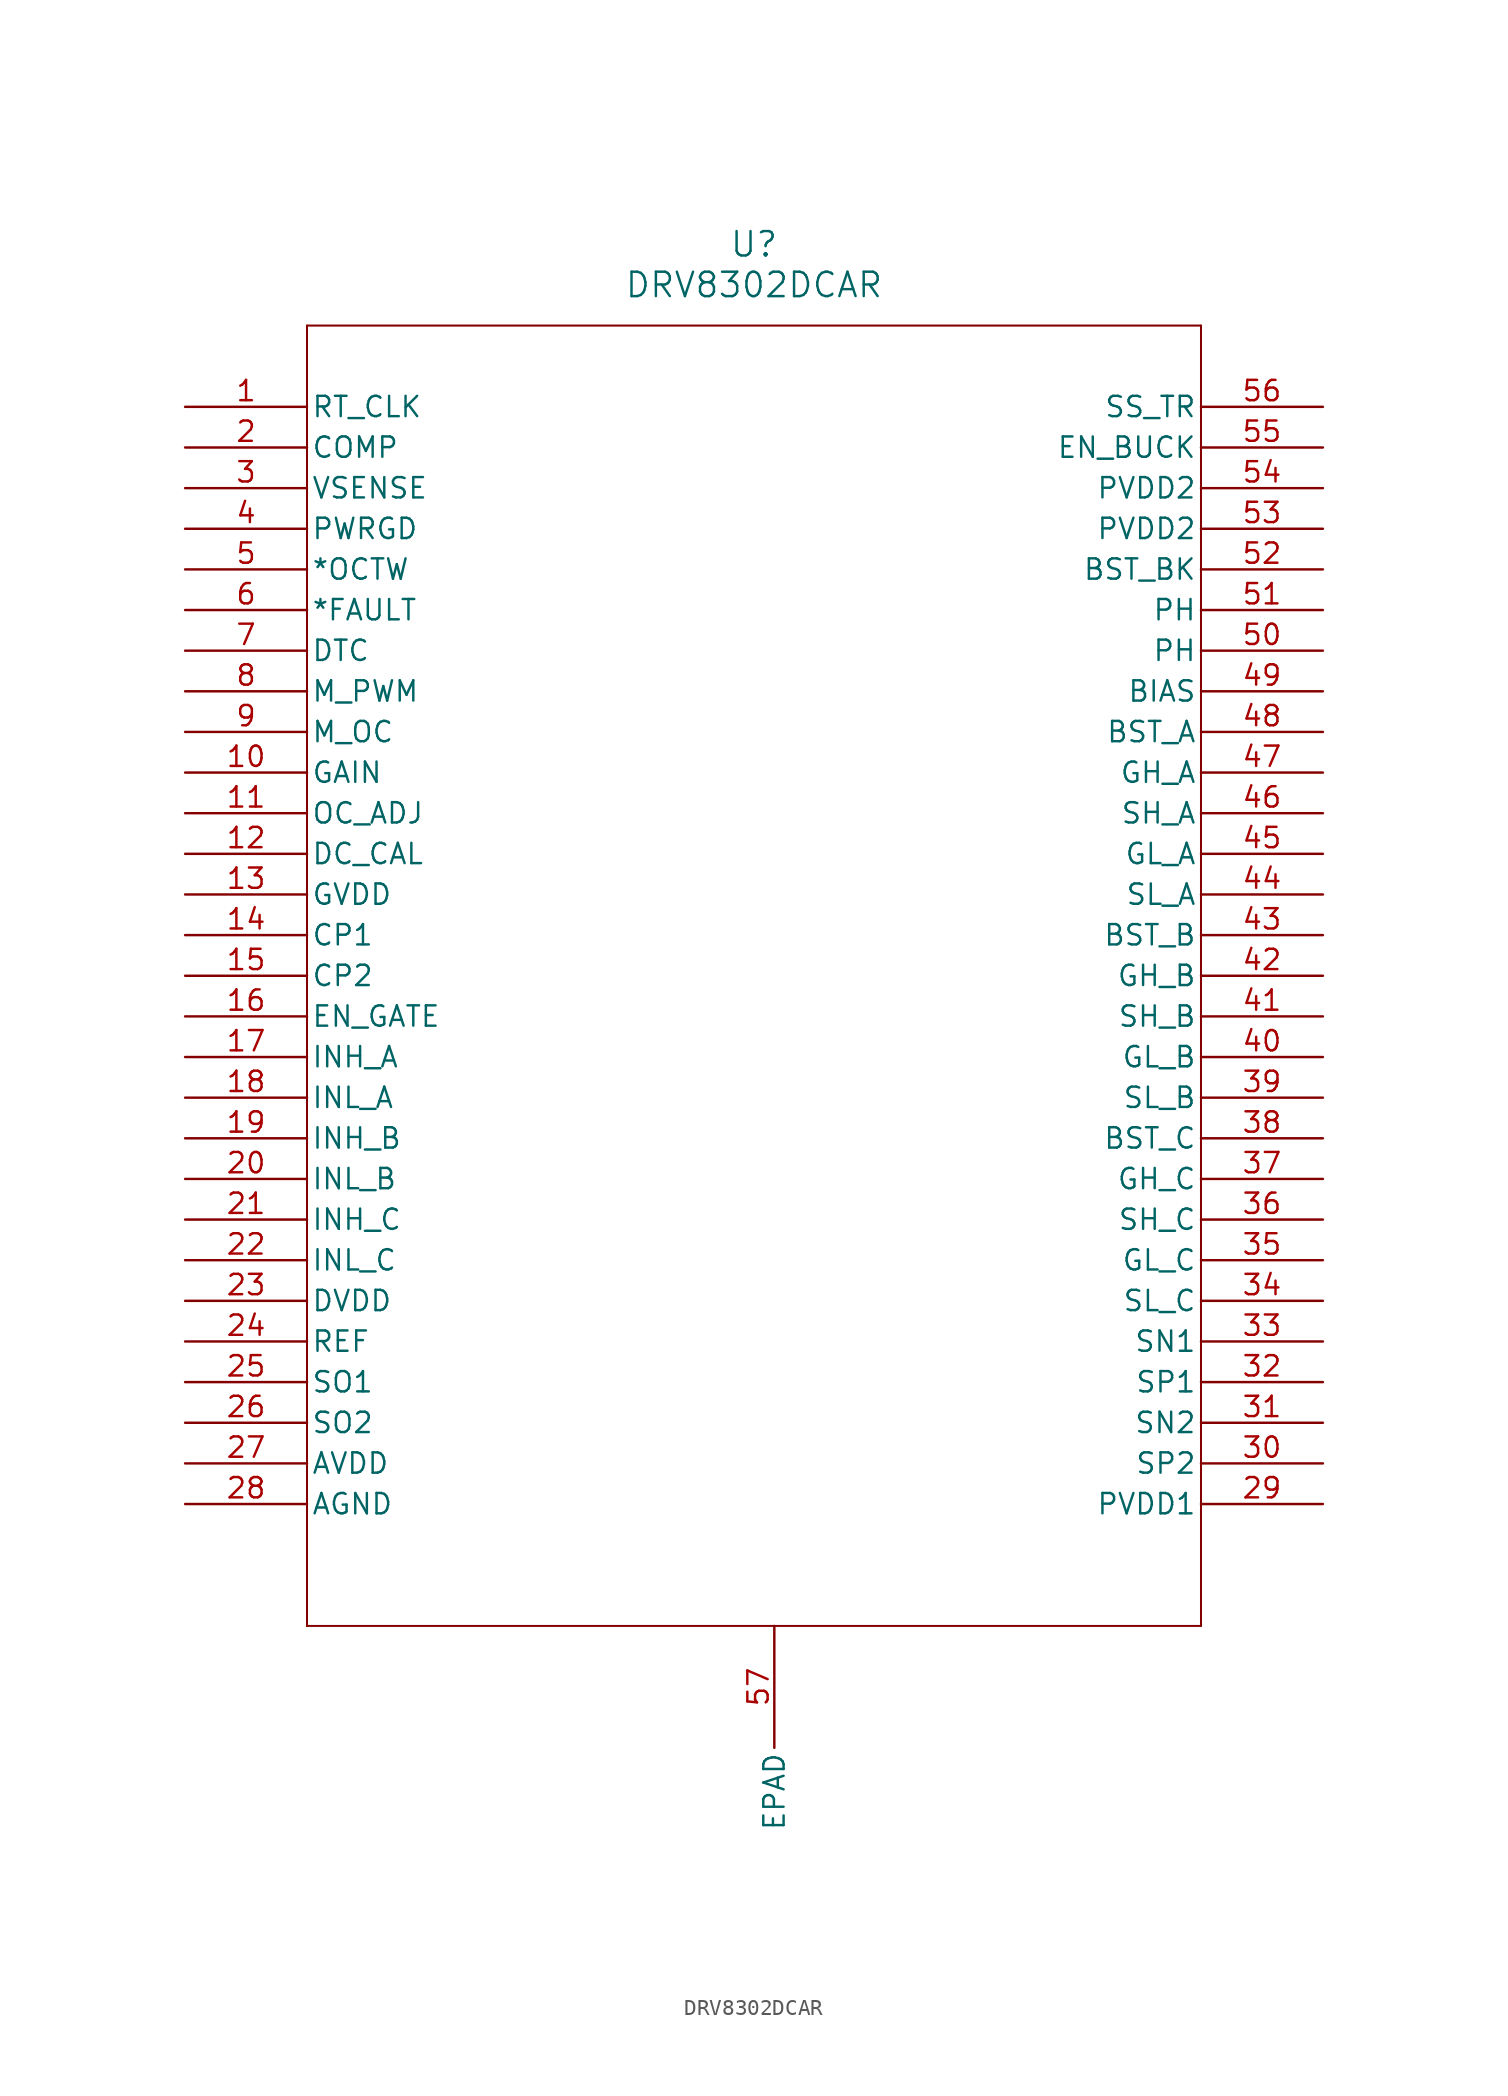
<source format=kicad_sym>
(kicad_symbol_lib
  (version 20231120)
  (generator "kicad_symbol_editor")
  (generator_version "8.0")
  (symbol "DRV8302DCAR"
    (pin_names
      (offset 0.254))
    (property "Reference" "U"
      (at 35.56 10.16 0)
      (effects (font (size 1.524 1.524))))
    (property "Value" "DRV8302DCAR"
      (at 35.56 7.62 0)
      (effects (font (size 1.524 1.524))))
    (property "ki_locked" ""
      (at 0 0 0)
      (effects (font (size 1.27 1.27))))
    (symbol "DRV8302DCAR_0_1"
      (polyline (pts (xy 7.62 -76.2) (xy 63.5 -76.2)) (stroke (width 0.127) (type default)) (fill (type none)))
      (polyline (pts (xy 7.62 5.08) (xy 7.62 -76.2)) (stroke (width 0.127) (type default)) (fill (type none)))
      (polyline (pts (xy 63.5 -76.2) (xy 63.5 5.08)) (stroke (width 0.127) (type default)) (fill (type none)))
      (polyline (pts (xy 63.5 5.08) (xy 7.62 5.08)) (stroke (width 0.127) (type default)) (fill (type none)))
      (pin input line (at 0 0 0) (length 7.62) (name "RT_CLK" (effects (font (size 1.27 1.27)))) (number "1" (effects (font (size 1.27 1.27)))))
      (pin output line (at 0 -22.86 0) (length 7.62) (name "GAIN" (effects (font (size 1.27 1.27)))) (number "10" (effects (font (size 1.27 1.27)))))
      (pin input line (at 0 -25.4 0) (length 7.62) (name "OC_ADJ" (effects (font (size 1.27 1.27)))) (number "11" (effects (font (size 1.27 1.27)))))
      (pin input line (at 0 -27.94 0) (length 7.62) (name "DC_CAL" (effects (font (size 1.27 1.27)))) (number "12" (effects (font (size 1.27 1.27)))))
      (pin power_in line (at 0 -30.48 0) (length 7.62) (name "GVDD" (effects (font (size 1.27 1.27)))) (number "13" (effects (font (size 1.27 1.27)))))
      (pin power_in line (at 0 -33.02 0) (length 7.62) (name "CP1" (effects (font (size 1.27 1.27)))) (number "14" (effects (font (size 1.27 1.27)))))
      (pin power_in line (at 0 -35.56 0) (length 7.62) (name "CP2" (effects (font (size 1.27 1.27)))) (number "15" (effects (font (size 1.27 1.27)))))
      (pin input line (at 0 -38.1 0) (length 7.62) (name "EN_GATE" (effects (font (size 1.27 1.27)))) (number "16" (effects (font (size 1.27 1.27)))))
      (pin input line (at 0 -40.64 0) (length 7.62) (name "INH_A" (effects (font (size 1.27 1.27)))) (number "17" (effects (font (size 1.27 1.27)))))
      (pin input line (at 0 -43.18 0) (length 7.62) (name "INL_A" (effects (font (size 1.27 1.27)))) (number "18" (effects (font (size 1.27 1.27)))))
      (pin input line (at 0 -45.72 0) (length 7.62) (name "INH_B" (effects (font (size 1.27 1.27)))) (number "19" (effects (font (size 1.27 1.27)))))
      (pin output line (at 0 -2.54 0) (length 7.62) (name "COMP" (effects (font (size 1.27 1.27)))) (number "2" (effects (font (size 1.27 1.27)))))
      (pin input line (at 0 -48.26 0) (length 7.62) (name "INL_B" (effects (font (size 1.27 1.27)))) (number "20" (effects (font (size 1.27 1.27)))))
      (pin input line (at 0 -50.8 0) (length 7.62) (name "INH_C" (effects (font (size 1.27 1.27)))) (number "21" (effects (font (size 1.27 1.27)))))
      (pin input line (at 0 -53.34 0) (length 7.62) (name "INL_C" (effects (font (size 1.27 1.27)))) (number "22" (effects (font (size 1.27 1.27)))))
      (pin power_in line (at 0 -55.88 0) (length 7.62) (name "DVDD" (effects (font (size 1.27 1.27)))) (number "23" (effects (font (size 1.27 1.27)))))
      (pin input line (at 0 -58.42 0) (length 7.62) (name "REF" (effects (font (size 1.27 1.27)))) (number "24" (effects (font (size 1.27 1.27)))))
      (pin output line (at 0 -60.96 0) (length 7.62) (name "SO1" (effects (font (size 1.27 1.27)))) (number "25" (effects (font (size 1.27 1.27)))))
      (pin output line (at 0 -63.5 0) (length 7.62) (name "SO2" (effects (font (size 1.27 1.27)))) (number "26" (effects (font (size 1.27 1.27)))))
      (pin power_in line (at 0 -66.04 0) (length 7.62) (name "AVDD" (effects (font (size 1.27 1.27)))) (number "27" (effects (font (size 1.27 1.27)))))
      (pin power_in line (at 0 -68.58 0) (length 7.62) (name "AGND" (effects (font (size 1.27 1.27)))) (number "28" (effects (font (size 1.27 1.27)))))
      (pin power_in line (at 71.12 -68.58 180) (length 7.62) (name "PVDD1" (effects (font (size 1.27 1.27)))) (number "29" (effects (font (size 1.27 1.27)))))
      (pin input line (at 0 -5.08 0) (length 7.62) (name "VSENSE" (effects (font (size 1.27 1.27)))) (number "3" (effects (font (size 1.27 1.27)))))
      (pin input line (at 71.12 -66.04 180) (length 7.62) (name "SP2" (effects (font (size 1.27 1.27)))) (number "30" (effects (font (size 1.27 1.27)))))
      (pin input line (at 71.12 -63.5 180) (length 7.62) (name "SN2" (effects (font (size 1.27 1.27)))) (number "31" (effects (font (size 1.27 1.27)))))
      (pin input line (at 71.12 -60.96 180) (length 7.62) (name "SP1" (effects (font (size 1.27 1.27)))) (number "32" (effects (font (size 1.27 1.27)))))
      (pin input line (at 71.12 -58.42 180) (length 7.62) (name "SN1" (effects (font (size 1.27 1.27)))) (number "33" (effects (font (size 1.27 1.27)))))
      (pin input line (at 71.12 -55.88 180) (length 7.62) (name "SL_C" (effects (font (size 1.27 1.27)))) (number "34" (effects (font (size 1.27 1.27)))))
      (pin output line (at 71.12 -53.34 180) (length 7.62) (name "GL_C" (effects (font (size 1.27 1.27)))) (number "35" (effects (font (size 1.27 1.27)))))
      (pin input line (at 71.12 -50.8 180) (length 7.62) (name "SH_C" (effects (font (size 1.27 1.27)))) (number "36" (effects (font (size 1.27 1.27)))))
      (pin output line (at 71.12 -48.26 180) (length 7.62) (name "GH_C" (effects (font (size 1.27 1.27)))) (number "37" (effects (font (size 1.27 1.27)))))
      (pin power_in line (at 71.12 -45.72 180) (length 7.62) (name "BST_C" (effects (font (size 1.27 1.27)))) (number "38" (effects (font (size 1.27 1.27)))))
      (pin input line (at 71.12 -43.18 180) (length 7.62) (name "SL_B" (effects (font (size 1.27 1.27)))) (number "39" (effects (font (size 1.27 1.27)))))
      (pin input line (at 0 -7.62 0) (length 7.62) (name "PWRGD" (effects (font (size 1.27 1.27)))) (number "4" (effects (font (size 1.27 1.27)))))
      (pin output line (at 71.12 -40.64 180) (length 7.62) (name "GL_B" (effects (font (size 1.27 1.27)))) (number "40" (effects (font (size 1.27 1.27)))))
      (pin input line (at 71.12 -38.1 180) (length 7.62) (name "SH_B" (effects (font (size 1.27 1.27)))) (number "41" (effects (font (size 1.27 1.27)))))
      (pin output line (at 71.12 -35.56 180) (length 7.62) (name "GH_B" (effects (font (size 1.27 1.27)))) (number "42" (effects (font (size 1.27 1.27)))))
      (pin power_in line (at 71.12 -33.02 180) (length 7.62) (name "BST_B" (effects (font (size 1.27 1.27)))) (number "43" (effects (font (size 1.27 1.27)))))
      (pin input line (at 71.12 -30.48 180) (length 7.62) (name "SL_A" (effects (font (size 1.27 1.27)))) (number "44" (effects (font (size 1.27 1.27)))))
      (pin output line (at 71.12 -27.94 180) (length 7.62) (name "GL_A" (effects (font (size 1.27 1.27)))) (number "45" (effects (font (size 1.27 1.27)))))
      (pin input line (at 71.12 -25.4 180) (length 7.62) (name "SH_A" (effects (font (size 1.27 1.27)))) (number "46" (effects (font (size 1.27 1.27)))))
      (pin output line (at 71.12 -22.86 180) (length 7.62) (name "GH_A" (effects (font (size 1.27 1.27)))) (number "47" (effects (font (size 1.27 1.27)))))
      (pin power_in line (at 71.12 -20.32 180) (length 7.62) (name "BST_A" (effects (font (size 1.27 1.27)))) (number "48" (effects (font (size 1.27 1.27)))))
      (pin input line (at 71.12 -17.78 180) (length 7.62) (name "BIAS" (effects (font (size 1.27 1.27)))) (number "49" (effects (font (size 1.27 1.27)))))
      (pin output line (at 0 -10.16 0) (length 7.62) (name "*OCTW" (effects (font (size 1.27 1.27)))) (number "5" (effects (font (size 1.27 1.27)))))
      (pin output line (at 71.12 -15.24 180) (length 7.62) (name "PH" (effects (font (size 1.27 1.27)))) (number "50" (effects (font (size 1.27 1.27)))))
      (pin output line (at 71.12 -12.7 180) (length 7.62) (name "PH" (effects (font (size 1.27 1.27)))) (number "51" (effects (font (size 1.27 1.27)))))
      (pin power_in line (at 71.12 -10.16 180) (length 7.62) (name "BST_BK" (effects (font (size 1.27 1.27)))) (number "52" (effects (font (size 1.27 1.27)))))
      (pin power_in line (at 71.12 -7.62 180) (length 7.62) (name "PVDD2" (effects (font (size 1.27 1.27)))) (number "53" (effects (font (size 1.27 1.27)))))
      (pin power_in line (at 71.12 -5.08 180) (length 7.62) (name "PVDD2" (effects (font (size 1.27 1.27)))) (number "54" (effects (font (size 1.27 1.27)))))
      (pin input line (at 71.12 -2.54 180) (length 7.62) (name "EN_BUCK" (effects (font (size 1.27 1.27)))) (number "55" (effects (font (size 1.27 1.27)))))
      (pin input line (at 71.12 0 180) (length 7.62) (name "SS_TR" (effects (font (size 1.27 1.27)))) (number "56" (effects (font (size 1.27 1.27)))))
      (pin unspecified line (at 36.83 -76.2 270) (length 7.62) (name "EPAD" (effects (font (size 1.27 1.27)))) (number "57" (effects (font (size 1.27 1.27)))))
      (pin output line (at 0 -12.7 0) (length 7.62) (name "*FAULT" (effects (font (size 1.27 1.27)))) (number "6" (effects (font (size 1.27 1.27)))))
      (pin input line (at 0 -15.24 0) (length 7.62) (name "DTC" (effects (font (size 1.27 1.27)))) (number "7" (effects (font (size 1.27 1.27)))))
      (pin input line (at 0 -17.78 0) (length 7.62) (name "M_PWM" (effects (font (size 1.27 1.27)))) (number "8" (effects (font (size 1.27 1.27)))))
      (pin input line (at 0 -20.32 0) (length 7.62) (name "M_OC" (effects (font (size 1.27 1.27)))) (number "9" (effects (font (size 1.27 1.27))))))))
</source>
